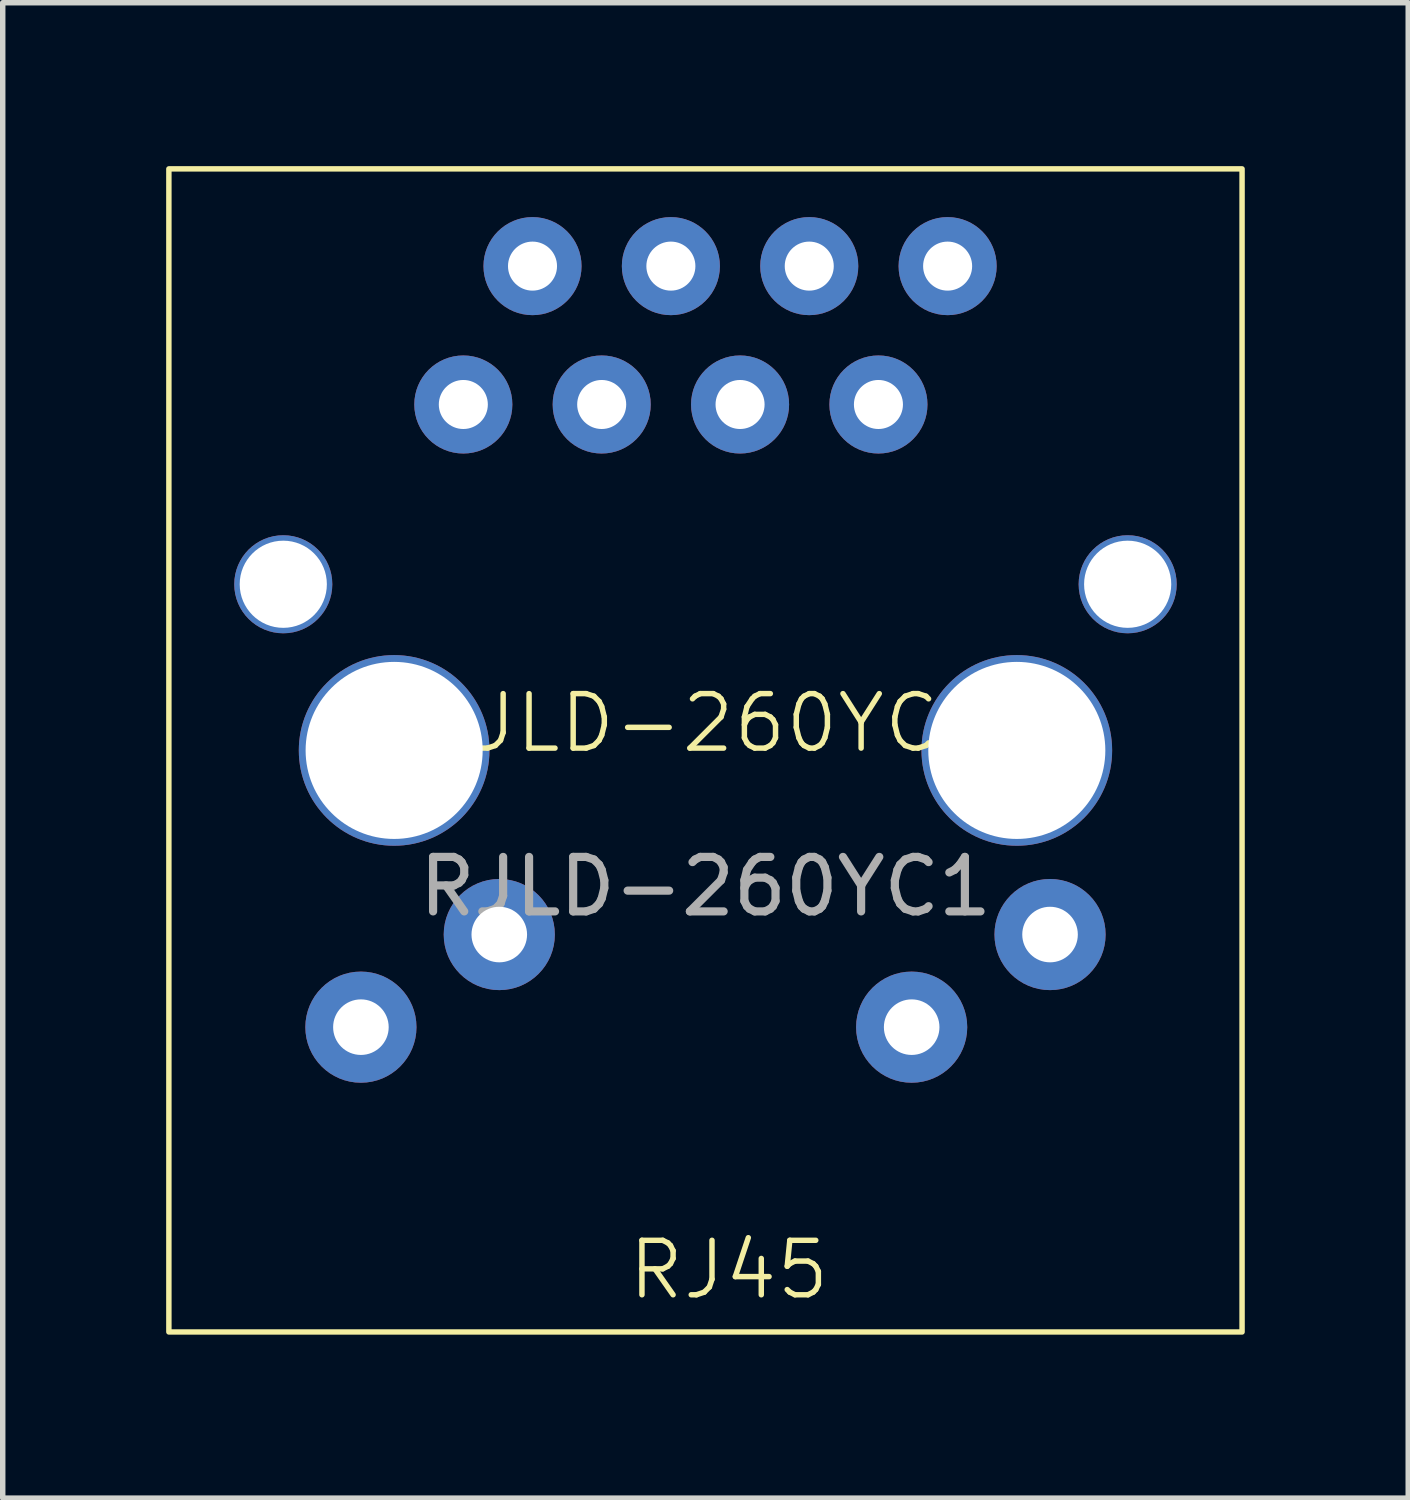
<source format=kicad_pcb>
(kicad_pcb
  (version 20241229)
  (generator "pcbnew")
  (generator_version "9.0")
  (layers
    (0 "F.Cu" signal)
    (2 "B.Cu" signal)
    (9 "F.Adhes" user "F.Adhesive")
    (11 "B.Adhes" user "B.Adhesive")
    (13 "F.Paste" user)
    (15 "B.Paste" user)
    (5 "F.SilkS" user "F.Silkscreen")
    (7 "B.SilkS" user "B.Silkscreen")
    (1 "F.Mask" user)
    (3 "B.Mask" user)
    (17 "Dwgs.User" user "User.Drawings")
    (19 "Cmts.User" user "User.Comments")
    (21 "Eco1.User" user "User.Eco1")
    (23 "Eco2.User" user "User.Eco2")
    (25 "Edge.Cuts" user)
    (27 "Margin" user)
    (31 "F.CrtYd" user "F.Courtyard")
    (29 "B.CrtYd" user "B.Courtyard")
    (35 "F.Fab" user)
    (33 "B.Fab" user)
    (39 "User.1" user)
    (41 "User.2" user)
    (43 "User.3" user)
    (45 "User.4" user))
  (footprint "RJLD-260YC1"
    (layer "F.Cu")
    (at 9.9 10.725)
    (property "Reference" "RJLD-260YC1" (at 0 -0.5 0) (unlocked yes) (layer "F.SilkS") (effects (font (size 1 1) (thickness 0.1))))
    (attr through_hole)
    (fp_rect (start -9.85 -10.675) (end 9.85 10.675) (stroke (width 0.1) (type default)) (fill no) (layer "F.SilkS"))
    (fp_text user "RJ45" (at -1.47 10.12 0) (unlocked yes) (layer "F.SilkS") (effects (font (size 1 1) (thickness 0.1)) (justify left bottom)))
    (fp_text user "${REFERENCE}" (at 0 2.5 0) (unlocked yes) (layer "F.Fab") (effects (font (size 1 1) (thickness 0.15))))
    (pad "" thru_hole circle (at -7.75 -3.05) (size 1.8 1.8) (drill 1.6) (layers "*.Cu" "*.Mask"))
    (pad "" thru_hole circle (at -5.715 0) (size 3.5 3.5) (drill 3.25) (layers "*.Cu" "*.Mask"))
    (pad "" thru_hole circle (at 5.715 0) (size 3.5 3.5) (drill 3.25) (layers "*.Cu" "*.Mask"))
    (pad "" thru_hole circle (at 7.75 -3.05) (size 1.8 1.8) (drill 1.6) (layers "*.Cu" "*.Mask"))
    (pad "1" thru_hole circle (at -4.445 -6.35) (size 1.8 1.8) (drill 0.9) (layers "*.Cu" "*.Mask"))
    (pad "2" thru_hole circle (at -3.175 -8.89) (size 1.8 1.8) (drill 0.9) (layers "*.Cu" "*.Mask"))
    (pad "3" thru_hole circle (at -1.905 -6.35) (size 1.8 1.8) (drill 0.9) (layers "*.Cu" "*.Mask"))
    (pad "4" thru_hole circle (at -0.635 -8.89) (size 1.8 1.8) (drill 0.9) (layers "*.Cu" "*.Mask"))
    (pad "5" thru_hole circle (at 0.635 -6.35) (size 1.8 1.8) (drill 0.9) (layers "*.Cu" "*.Mask"))
    (pad "6" thru_hole circle (at 1.905 -8.89) (size 1.8 1.8) (drill 0.9) (layers "*.Cu" "*.Mask"))
    (pad "7" thru_hole circle (at 3.175 -6.35) (size 1.8 1.8) (drill 0.9) (layers "*.Cu" "*.Mask"))
    (pad "8" thru_hole circle (at 4.445 -8.89) (size 1.8 1.8) (drill 0.9) (layers "*.Cu" "*.Mask"))
    (pad "9" thru_hole circle (at -6.325 5.08) (size 2.04 2.04) (drill 1.02) (layers "*.Cu" "*.Mask"))
    (pad "10" thru_hole circle (at -3.785 3.38) (size 2.04 2.04) (drill 1.02) (layers "*.Cu" "*.Mask"))
    (pad "11" thru_hole circle (at 3.785 5.08) (size 2.04 2.04) (drill 1.02) (layers "*.Cu" "*.Mask"))
    (pad "12" thru_hole circle (at 6.325 3.38) (size 2.04 2.04) (drill 1.02) (layers "*.Cu" "*.Mask")))
  (gr_rect
    (start -3 -3)
    (end 22.8 24.45)
    (stroke (width 0.1) (type default))
    (fill no)
    (layer "Edge.Cuts")))
</source>
